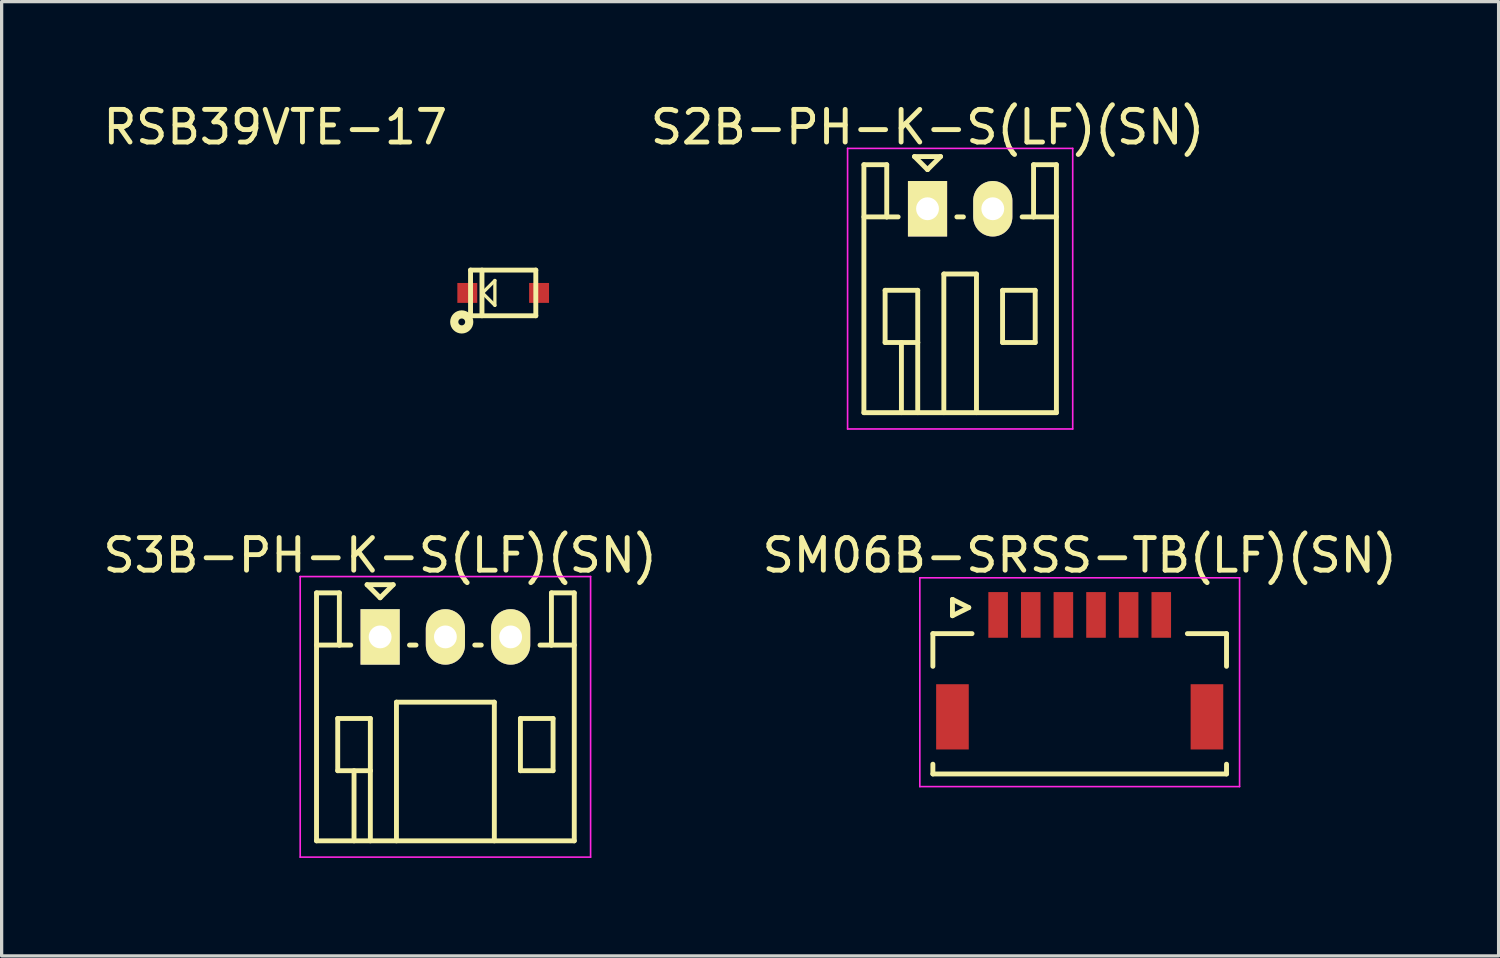
<source format=kicad_pcb>
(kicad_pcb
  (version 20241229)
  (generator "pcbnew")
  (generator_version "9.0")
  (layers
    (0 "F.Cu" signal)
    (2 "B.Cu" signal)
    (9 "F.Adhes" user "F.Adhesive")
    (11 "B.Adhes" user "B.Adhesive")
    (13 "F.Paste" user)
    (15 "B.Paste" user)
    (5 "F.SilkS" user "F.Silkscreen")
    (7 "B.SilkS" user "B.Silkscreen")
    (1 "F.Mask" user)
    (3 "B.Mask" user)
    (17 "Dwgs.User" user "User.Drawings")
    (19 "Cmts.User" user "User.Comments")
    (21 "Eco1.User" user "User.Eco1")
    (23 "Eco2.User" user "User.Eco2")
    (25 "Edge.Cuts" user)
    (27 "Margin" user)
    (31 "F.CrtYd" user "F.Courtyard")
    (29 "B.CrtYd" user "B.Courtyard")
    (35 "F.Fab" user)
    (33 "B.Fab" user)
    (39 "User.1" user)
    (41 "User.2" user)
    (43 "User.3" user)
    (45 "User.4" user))
  (footprint "S3B-PH-K-S(LF)(SN)"
    (layer "F.Cu")
    (at 8.601 16.471)
    (property "Reference" "S3B-PH-K-S(LF)(SN)" (at 0 -2.5 0) (layer "F.SilkS") (effects (font (size 1 1) (thickness 0.15))))
    (attr through_hole)
    (fp_line (start -1.95 -1.35) (end -1.95 6.25) (stroke (width 0.15) (type solid)) (layer "F.SilkS"))
    (fp_line (start -1.95 0.25) (end -1.25 0.25) (stroke (width 0.15) (type solid)) (layer "F.SilkS"))
    (fp_line (start -1.95 6.25) (end 5.95 6.25) (stroke (width 0.15) (type solid)) (layer "F.SilkS"))
    (fp_line (start -1.3 2.5) (end -1.3 4.1) (stroke (width 0.15) (type solid)) (layer "F.SilkS"))
    (fp_line (start -1.3 4.1) (end -0.3 4.1) (stroke (width 0.15) (type solid)) (layer "F.SilkS"))
    (fp_line (start -1.25 -1.35) (end -1.95 -1.35) (stroke (width 0.15) (type solid)) (layer "F.SilkS"))
    (fp_line (start -1.25 0.25) (end -1.25 -1.35) (stroke (width 0.15) (type solid)) (layer "F.SilkS"))
    (fp_line (start -0.9 0.25) (end -1.25 0.25) (stroke (width 0.15) (type solid)) (layer "F.SilkS"))
    (fp_line (start -0.8 4.1) (end -0.8 6.25) (stroke (width 0.15) (type solid)) (layer "F.SilkS"))
    (fp_line (start -0.4 -1.6) (end 0.4 -1.6) (stroke (width 0.15) (type solid)) (layer "F.SilkS"))
    (fp_line (start -0.3 2.5) (end -1.3 2.5) (stroke (width 0.15) (type solid)) (layer "F.SilkS"))
    (fp_line (start -0.3 4.1) (end -0.3 2.5) (stroke (width 0.15) (type solid)) (layer "F.SilkS"))
    (fp_line (start -0.3 4.1) (end -0.3 6.25) (stroke (width 0.15) (type solid)) (layer "F.SilkS"))
    (fp_line (start 0 -1.2) (end -0.4 -1.6) (stroke (width 0.15) (type solid)) (layer "F.SilkS"))
    (fp_line (start 0.4 -1.6) (end 0 -1.2) (stroke (width 0.15) (type solid)) (layer "F.SilkS"))
    (fp_line (start 0.5 2) (end 3.5 2) (stroke (width 0.15) (type solid)) (layer "F.SilkS"))
    (fp_line (start 0.5 6.25) (end 0.5 2) (stroke (width 0.15) (type solid)) (layer "F.SilkS"))
    (fp_line (start 0.9 0.25) (end 1.1 0.25) (stroke (width 0.15) (type solid)) (layer "F.SilkS"))
    (fp_line (start 2.9 0.25) (end 3.1 0.25) (stroke (width 0.15) (type solid)) (layer "F.SilkS"))
    (fp_line (start 3.5 2) (end 3.5 6.25) (stroke (width 0.15) (type solid)) (layer "F.SilkS"))
    (fp_line (start 4.3 2.5) (end 5.3 2.5) (stroke (width 0.15) (type solid)) (layer "F.SilkS"))
    (fp_line (start 4.3 4.1) (end 4.3 2.5) (stroke (width 0.15) (type solid)) (layer "F.SilkS"))
    (fp_line (start 5.25 -1.35) (end 5.25 0.25) (stroke (width 0.15) (type solid)) (layer "F.SilkS"))
    (fp_line (start 5.25 0.25) (end 4.9 0.25) (stroke (width 0.15) (type solid)) (layer "F.SilkS"))
    (fp_line (start 5.3 2.5) (end 5.3 4.1) (stroke (width 0.15) (type solid)) (layer "F.SilkS"))
    (fp_line (start 5.3 4.1) (end 4.3 4.1) (stroke (width 0.15) (type solid)) (layer "F.SilkS"))
    (fp_line (start 5.95 -1.35) (end 5.25 -1.35) (stroke (width 0.15) (type solid)) (layer "F.SilkS"))
    (fp_line (start 5.95 0.25) (end 5.25 0.25) (stroke (width 0.15) (type solid)) (layer "F.SilkS"))
    (fp_line (start 5.95 6.25) (end 5.95 -1.35) (stroke (width 0.15) (type solid)) (layer "F.SilkS"))
    (fp_line (start -2.45 -1.85) (end 6.45 -1.85) (stroke (width 0.05) (type solid)) (layer "F.CrtYd"))
    (fp_line (start -2.45 6.75) (end -2.45 -1.85) (stroke (width 0.05) (type solid)) (layer "F.CrtYd"))
    (fp_line (start 6.45 -1.85) (end 6.45 6.75) (stroke (width 0.05) (type solid)) (layer "F.CrtYd"))
    (fp_line (start 6.45 6.75) (end -2.45 6.75) (stroke (width 0.05) (type solid)) (layer "F.CrtYd"))
    (pad "1" thru_hole rect (at 0 0) (size 1.2 1.7) (drill 0.7) (layers "*.Cu" "*.Mask" "F.SilkS"))
    (pad "2" thru_hole oval (at 2 0) (size 1.2 1.7) (drill 0.7) (layers "*.Cu" "*.Mask" "F.SilkS"))
    (pad "3" thru_hole oval (at 4 0) (size 1.2 1.7) (drill 0.7) (layers "*.Cu" "*.Mask" "F.SilkS")))
  (footprint "SM06B-SRSS-TB(LF)(SN)"
    (layer "F.Cu")
    (at 30.042 17.359)
    (property "Reference" "SM06B-SRSS-TB(LF)(SN)" (at 0 -3.388 0) (layer "F.SilkS") (effects (font (size 1 1) (thickness 0.15))))
    (attr smd)
    (fp_line (start -4.5 -0.988) (end -3.3 -0.988) (stroke (width 0.15) (type solid)) (layer "F.SilkS"))
    (fp_line (start -4.5 0.013) (end -4.5 -0.988) (stroke (width 0.15) (type solid)) (layer "F.SilkS"))
    (fp_line (start -4.5 3.013) (end -4.5 3.312) (stroke (width 0.15) (type solid)) (layer "F.SilkS"))
    (fp_line (start -4.5 3.312) (end 4.5 3.312) (stroke (width 0.15) (type solid)) (layer "F.SilkS"))
    (fp_line (start -3.9 -2.038) (end -3.9 -1.538) (stroke (width 0.15) (type solid)) (layer "F.SilkS"))
    (fp_line (start -3.9 -1.538) (end -3.4 -1.788) (stroke (width 0.15) (type solid)) (layer "F.SilkS"))
    (fp_line (start -3.4 -1.788) (end -3.9 -2.038) (stroke (width 0.15) (type solid)) (layer "F.SilkS"))
    (fp_line (start 4.5 -0.988) (end 3.3 -0.988) (stroke (width 0.15) (type solid)) (layer "F.SilkS"))
    (fp_line (start 4.5 0.013) (end 4.5 -0.988) (stroke (width 0.15) (type solid)) (layer "F.SilkS"))
    (fp_line (start 4.5 3.312) (end 4.5 3.013) (stroke (width 0.15) (type solid)) (layer "F.SilkS"))
    (fp_line (start -4.9 -2.7) (end -4.9 3.7) (stroke (width 0.05) (type solid)) (layer "F.CrtYd"))
    (fp_line (start -4.9 3.7) (end 4.9 3.7) (stroke (width 0.05) (type solid)) (layer "F.CrtYd"))
    (fp_line (start 4.9 -2.7) (end -4.9 -2.7) (stroke (width 0.05) (type solid)) (layer "F.CrtYd"))
    (fp_line (start 4.9 3.7) (end 4.9 -2.7) (stroke (width 0.05) (type solid)) (layer "F.CrtYd"))
    (pad "" smd rect (at -3.9 1.562) (size 1 2) (layers "F.Cu" "F.Mask" "F.Paste"))
    (pad "" smd rect (at 3.9 1.562) (size 1 2) (layers "F.Cu" "F.Mask" "F.Paste"))
    (pad "1" smd rect (at -2.5 -1.562) (size 0.6 1.4) (layers "F.Cu" "F.Mask" "F.Paste"))
    (pad "2" smd rect (at -1.5 -1.562) (size 0.6 1.4) (layers "F.Cu" "F.Mask" "F.Paste"))
    (pad "3" smd rect (at -0.5 -1.562) (size 0.6 1.4) (layers "F.Cu" "F.Mask" "F.Paste"))
    (pad "4" smd rect (at 0.5 -1.562) (size 0.6 1.4) (layers "F.Cu" "F.Mask" "F.Paste"))
    (pad "5" smd rect (at 1.5 -1.562) (size 0.6 1.4) (layers "F.Cu" "F.Mask" "F.Paste"))
    (pad "6" smd rect (at 2.5 -1.562) (size 0.6 1.4) (layers "F.Cu" "F.Mask" "F.Paste")))
  (footprint "RSB39VTE-17"
    (layer "F.Cu")
    (at 12.372 5.928)
    (property "Reference" "RSB39VTE-17" (at -6.985 -5.08 0) (layer "F.SilkS") (effects (font (size 1 1) (thickness 0.15))))
    (attr through_hole)
    (fp_line (start -1 -0.7) (end -1 0.7) (stroke (width 0.15) (type solid)) (layer "F.SilkS"))
    (fp_line (start -1 0.7) (end 1 0.7) (stroke (width 0.15) (type solid)) (layer "F.SilkS"))
    (fp_line (start -0.65 0.7) (end -0.65 -0.7) (stroke (width 0.15) (type solid)) (layer "F.SilkS"))
    (fp_line (start -0.635 0) (end -0.254 -0.381) (stroke (width 0.1) (type solid)) (layer "F.SilkS"))
    (fp_line (start -0.254 -0.381) (end -0.254 0.381) (stroke (width 0.1) (type solid)) (layer "F.SilkS"))
    (fp_line (start -0.254 0.381) (end -0.635 0) (stroke (width 0.1) (type solid)) (layer "F.SilkS"))
    (fp_line (start 1 -0.7) (end -1 -0.7) (stroke (width 0.15) (type solid)) (layer "F.SilkS"))
    (fp_line (start 1 0.7) (end 1 -0.7) (stroke (width 0.15) (type solid)) (layer "F.SilkS"))
    (fp_circle (center -1.27 0.889) (end -1.168 0.914) (stroke (width 0.25) (type solid)) (fill no) (layer "F.SilkS"))
    (pad "1" smd rect (at 1.1 0 90) (size 0.61 0.61) (layers "F.Cu" "F.Mask" "F.Paste"))
    (pad "2" smd rect (at -1.1 0 90) (size 0.61 0.61) (layers "F.Cu" "F.Mask" "F.Paste")))
  (footprint "S2B-PH-K-S(LF)(SN)"
    (layer "F.Cu")
    (at 25.378 3.348)
    (property "Reference" "S2B-PH-K-S(LF)(SN)" (at 0 -2.5 0) (layer "F.SilkS") (effects (font (size 1 1) (thickness 0.15))))
    (attr through_hole)
    (fp_line (start -1.95 -1.35) (end -1.95 6.25) (stroke (width 0.15) (type solid)) (layer "F.SilkS"))
    (fp_line (start -1.95 0.25) (end -1.25 0.25) (stroke (width 0.15) (type solid)) (layer "F.SilkS"))
    (fp_line (start -1.95 6.25) (end 3.95 6.25) (stroke (width 0.15) (type solid)) (layer "F.SilkS"))
    (fp_line (start -1.3 2.5) (end -1.3 4.1) (stroke (width 0.15) (type solid)) (layer "F.SilkS"))
    (fp_line (start -1.3 4.1) (end -0.3 4.1) (stroke (width 0.15) (type solid)) (layer "F.SilkS"))
    (fp_line (start -1.25 -1.35) (end -1.95 -1.35) (stroke (width 0.15) (type solid)) (layer "F.SilkS"))
    (fp_line (start -1.25 0.25) (end -1.25 -1.35) (stroke (width 0.15) (type solid)) (layer "F.SilkS"))
    (fp_line (start -0.9 0.25) (end -1.25 0.25) (stroke (width 0.15) (type solid)) (layer "F.SilkS"))
    (fp_line (start -0.8 4.1) (end -0.8 6.25) (stroke (width 0.15) (type solid)) (layer "F.SilkS"))
    (fp_line (start -0.4 -1.6) (end 0.4 -1.6) (stroke (width 0.15) (type solid)) (layer "F.SilkS"))
    (fp_line (start -0.3 2.5) (end -1.3 2.5) (stroke (width 0.15) (type solid)) (layer "F.SilkS"))
    (fp_line (start -0.3 4.1) (end -0.3 2.5) (stroke (width 0.15) (type solid)) (layer "F.SilkS"))
    (fp_line (start -0.3 4.1) (end -0.3 6.25) (stroke (width 0.15) (type solid)) (layer "F.SilkS"))
    (fp_line (start 0 -1.2) (end -0.4 -1.6) (stroke (width 0.15) (type solid)) (layer "F.SilkS"))
    (fp_line (start 0.4 -1.6) (end 0 -1.2) (stroke (width 0.15) (type solid)) (layer "F.SilkS"))
    (fp_line (start 0.5 2) (end 1.5 2) (stroke (width 0.15) (type solid)) (layer "F.SilkS"))
    (fp_line (start 0.5 6.25) (end 0.5 2) (stroke (width 0.15) (type solid)) (layer "F.SilkS"))
    (fp_line (start 0.9 0.25) (end 1.1 0.25) (stroke (width 0.15) (type solid)) (layer "F.SilkS"))
    (fp_line (start 1.5 2) (end 1.5 6.25) (stroke (width 0.15) (type solid)) (layer "F.SilkS"))
    (fp_line (start 2.3 2.5) (end 3.3 2.5) (stroke (width 0.15) (type solid)) (layer "F.SilkS"))
    (fp_line (start 2.3 4.1) (end 2.3 2.5) (stroke (width 0.15) (type solid)) (layer "F.SilkS"))
    (fp_line (start 3.25 -1.35) (end 3.25 0.25) (stroke (width 0.15) (type solid)) (layer "F.SilkS"))
    (fp_line (start 3.25 0.25) (end 2.9 0.25) (stroke (width 0.15) (type solid)) (layer "F.SilkS"))
    (fp_line (start 3.3 2.5) (end 3.3 4.1) (stroke (width 0.15) (type solid)) (layer "F.SilkS"))
    (fp_line (start 3.3 4.1) (end 2.3 4.1) (stroke (width 0.15) (type solid)) (layer "F.SilkS"))
    (fp_line (start 3.95 -1.35) (end 3.25 -1.35) (stroke (width 0.15) (type solid)) (layer "F.SilkS"))
    (fp_line (start 3.95 0.25) (end 3.25 0.25) (stroke (width 0.15) (type solid)) (layer "F.SilkS"))
    (fp_line (start 3.95 6.25) (end 3.95 -1.35) (stroke (width 0.15) (type solid)) (layer "F.SilkS"))
    (fp_line (start -2.45 -1.85) (end 4.45 -1.85) (stroke (width 0.05) (type solid)) (layer "F.CrtYd"))
    (fp_line (start -2.45 6.75) (end -2.45 -1.85) (stroke (width 0.05) (type solid)) (layer "F.CrtYd"))
    (fp_line (start 4.45 -1.85) (end 4.45 6.75) (stroke (width 0.05) (type solid)) (layer "F.CrtYd"))
    (fp_line (start 4.45 6.75) (end -2.45 6.75) (stroke (width 0.05) (type solid)) (layer "F.CrtYd"))
    (pad "1" thru_hole rect (at 0 0) (size 1.2 1.7) (drill 0.7) (layers "*.Cu" "*.Mask" "F.SilkS"))
    (pad "2" thru_hole oval (at 2 0) (size 1.2 1.7) (drill 0.7) (layers "*.Cu" "*.Mask" "F.SilkS")))
  (gr_rect
    (start -3 -3)
    (end 42.881 26.247)
    (stroke (width 0.1) (type default))
    (fill no)
    (layer "Edge.Cuts")))
</source>
